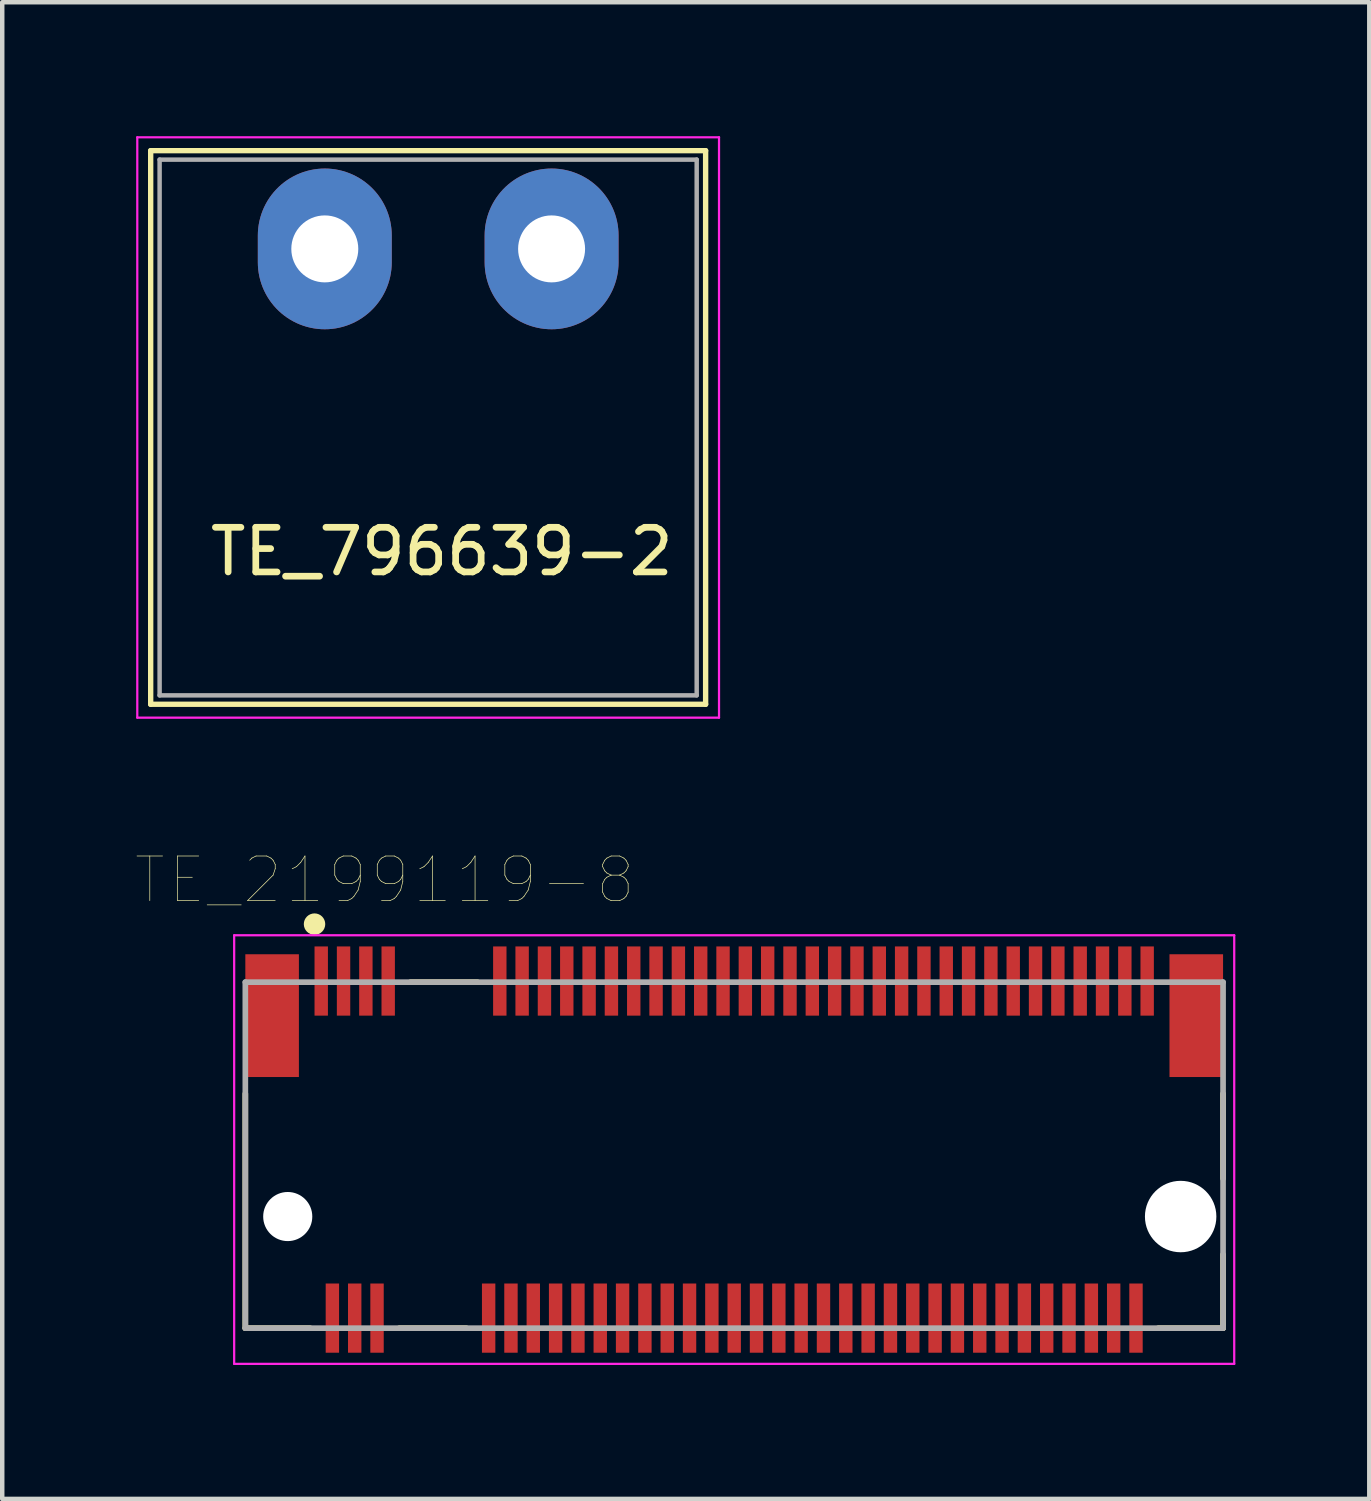
<source format=kicad_pcb>
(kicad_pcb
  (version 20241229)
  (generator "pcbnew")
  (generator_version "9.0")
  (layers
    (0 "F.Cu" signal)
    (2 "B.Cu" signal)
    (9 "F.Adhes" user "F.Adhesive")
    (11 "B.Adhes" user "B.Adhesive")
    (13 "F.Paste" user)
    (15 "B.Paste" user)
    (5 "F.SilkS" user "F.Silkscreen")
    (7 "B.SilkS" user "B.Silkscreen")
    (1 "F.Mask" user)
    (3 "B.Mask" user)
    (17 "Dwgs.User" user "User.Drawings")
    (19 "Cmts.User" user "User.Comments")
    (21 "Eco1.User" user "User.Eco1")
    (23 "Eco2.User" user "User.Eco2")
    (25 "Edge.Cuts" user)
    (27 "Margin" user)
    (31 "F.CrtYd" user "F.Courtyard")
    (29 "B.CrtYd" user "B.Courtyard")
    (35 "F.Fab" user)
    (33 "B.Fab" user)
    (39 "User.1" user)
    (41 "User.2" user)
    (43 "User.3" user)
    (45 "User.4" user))
  (footprint "TE_2199119-8"
    (layer "F.Cu")
    (at 13.395 24.199)
    (property "Reference" "TE_2199119-8" (at -7.828 -7.538 0) (layer "F.SilkS") (effects (font (size 1 1) (thickness 0.015))))
    (attr through_hole)
    (fp_line (start -10.95 2.5) (end -10.95 -2.75) (stroke (width 0.127) (type solid)) (layer "F.SilkS"))
    (fp_line (start -9.5 2.5) (end -10.95 2.5) (stroke (width 0.127) (type solid)) (layer "F.SilkS"))
    (fp_line (start -7.5 2.5) (end -6 2.5) (stroke (width 0.127) (type solid)) (layer "F.SilkS"))
    (fp_line (start -5.75 -5.25) (end -7.25 -5.25) (stroke (width 0.127) (type solid)) (layer "F.SilkS"))
    (fp_line (start 9.5 2.5) (end 10.95 2.5) (stroke (width 0.127) (type solid)) (layer "F.SilkS"))
    (fp_line (start 10.95 -0.85) (end 10.95 -2.75) (stroke (width 0.127) (type solid)) (layer "F.SilkS"))
    (fp_line (start 10.95 2.5) (end 10.95 0.85) (stroke (width 0.127) (type solid)) (layer "F.SilkS"))
    (fp_circle (center -9.4 -6.55) (end -9.28 -6.55) (stroke (width 0.24) (type solid)) (fill no) (layer "F.SilkS"))
    (fp_line (start -11.2 -6.3) (end 11.2 -6.3) (stroke (width 0.05) (type solid)) (layer "F.CrtYd"))
    (fp_line (start -11.2 3.3) (end -11.2 -6.3) (stroke (width 0.05) (type solid)) (layer "F.CrtYd"))
    (fp_line (start 11.2 -6.3) (end 11.2 3.3) (stroke (width 0.05) (type solid)) (layer "F.CrtYd"))
    (fp_line (start 11.2 3.3) (end -11.2 3.3) (stroke (width 0.05) (type solid)) (layer "F.CrtYd"))
    (fp_line (start -10.95 -5.25) (end 10.95 -5.25) (stroke (width 0.127) (type solid)) (layer "F.Fab"))
    (fp_line (start -10.95 2.5) (end -10.95 -5.25) (stroke (width 0.127) (type solid)) (layer "F.Fab"))
    (fp_line (start 10.95 -5.25) (end 10.95 2.5) (stroke (width 0.127) (type solid)) (layer "F.Fab"))
    (fp_line (start 10.95 2.5) (end -10.95 2.5) (stroke (width 0.127) (type solid)) (layer "F.Fab"))
    (pad "" np_thru_hole circle (at -10 0) (size 1.1 1.1) (drill 1.1) (layers "*.Cu" "*.Mask"))
    (pad "" np_thru_hole circle (at 10 0) (size 1.6 1.6) (drill 1.6) (layers "*.Cu" "*.Mask"))
    (pad "1" smd rect (at -9.25 -5.275) (size 0.3 1.55) (layers "F.Cu" "F.Mask" "F.Paste"))
    (pad "2" smd rect (at -9 2.275) (size 0.3 1.55) (layers "F.Cu" "F.Mask" "F.Paste"))
    (pad "3" smd rect (at -8.75 -5.275) (size 0.3 1.55) (layers "F.Cu" "F.Mask" "F.Paste"))
    (pad "4" smd rect (at -8.5 2.275) (size 0.3 1.55) (layers "F.Cu" "F.Mask" "F.Paste"))
    (pad "5" smd rect (at -8.25 -5.275) (size 0.3 1.55) (layers "F.Cu" "F.Mask" "F.Paste"))
    (pad "6" smd rect (at -8 2.275) (size 0.3 1.55) (layers "F.Cu" "F.Mask" "F.Paste"))
    (pad "7" smd rect (at -7.75 -5.275) (size 0.3 1.55) (layers "F.Cu" "F.Mask" "F.Paste"))
    (pad "16" smd rect (at -5.5 2.275) (size 0.3 1.55) (layers "F.Cu" "F.Mask" "F.Paste"))
    (pad "17" smd rect (at -5.25 -5.275) (size 0.3 1.55) (layers "F.Cu" "F.Mask" "F.Paste"))
    (pad "18" smd rect (at -5 2.275) (size 0.3 1.55) (layers "F.Cu" "F.Mask" "F.Paste"))
    (pad "19" smd rect (at -4.75 -5.275) (size 0.3 1.55) (layers "F.Cu" "F.Mask" "F.Paste"))
    (pad "20" smd rect (at -4.5 2.275) (size 0.3 1.55) (layers "F.Cu" "F.Mask" "F.Paste"))
    (pad "21" smd rect (at -4.25 -5.275) (size 0.3 1.55) (layers "F.Cu" "F.Mask" "F.Paste"))
    (pad "22" smd rect (at -4 2.275) (size 0.3 1.55) (layers "F.Cu" "F.Mask" "F.Paste"))
    (pad "23" smd rect (at -3.75 -5.275) (size 0.3 1.55) (layers "F.Cu" "F.Mask" "F.Paste"))
    (pad "24" smd rect (at -3.5 2.275) (size 0.3 1.55) (layers "F.Cu" "F.Mask" "F.Paste"))
    (pad "25" smd rect (at -3.25 -5.275) (size 0.3 1.55) (layers "F.Cu" "F.Mask" "F.Paste"))
    (pad "26" smd rect (at -3 2.275) (size 0.3 1.55) (layers "F.Cu" "F.Mask" "F.Paste"))
    (pad "27" smd rect (at -2.75 -5.275) (size 0.3 1.55) (layers "F.Cu" "F.Mask" "F.Paste"))
    (pad "28" smd rect (at -2.5 2.275) (size 0.3 1.55) (layers "F.Cu" "F.Mask" "F.Paste"))
    (pad "29" smd rect (at -2.25 -5.275) (size 0.3 1.55) (layers "F.Cu" "F.Mask" "F.Paste"))
    (pad "30" smd rect (at -2 2.275) (size 0.3 1.55) (layers "F.Cu" "F.Mask" "F.Paste"))
    (pad "31" smd rect (at -1.75 -5.275) (size 0.3 1.55) (layers "F.Cu" "F.Mask" "F.Paste"))
    (pad "32" smd rect (at -1.5 2.275) (size 0.3 1.55) (layers "F.Cu" "F.Mask" "F.Paste"))
    (pad "33" smd rect (at -1.25 -5.275) (size 0.3 1.55) (layers "F.Cu" "F.Mask" "F.Paste"))
    (pad "34" smd rect (at -1 2.275) (size 0.3 1.55) (layers "F.Cu" "F.Mask" "F.Paste"))
    (pad "35" smd rect (at -0.75 -5.275) (size 0.3 1.55) (layers "F.Cu" "F.Mask" "F.Paste"))
    (pad "36" smd rect (at -0.5 2.275) (size 0.3 1.55) (layers "F.Cu" "F.Mask" "F.Paste"))
    (pad "37" smd rect (at -0.25 -5.275) (size 0.3 1.55) (layers "F.Cu" "F.Mask" "F.Paste"))
    (pad "38" smd rect (at 0 2.275) (size 0.3 1.55) (layers "F.Cu" "F.Mask" "F.Paste"))
    (pad "39" smd rect (at 0.25 -5.275) (size 0.3 1.55) (layers "F.Cu" "F.Mask" "F.Paste"))
    (pad "40" smd rect (at 0.5 2.275) (size 0.3 1.55) (layers "F.Cu" "F.Mask" "F.Paste"))
    (pad "41" smd rect (at 0.75 -5.275) (size 0.3 1.55) (layers "F.Cu" "F.Mask" "F.Paste"))
    (pad "42" smd rect (at 1 2.275) (size 0.3 1.55) (layers "F.Cu" "F.Mask" "F.Paste"))
    (pad "43" smd rect (at 1.25 -5.275) (size 0.3 1.55) (layers "F.Cu" "F.Mask" "F.Paste"))
    (pad "44" smd rect (at 1.5 2.275) (size 0.3 1.55) (layers "F.Cu" "F.Mask" "F.Paste"))
    (pad "45" smd rect (at 1.75 -5.275) (size 0.3 1.55) (layers "F.Cu" "F.Mask" "F.Paste"))
    (pad "46" smd rect (at 2 2.275) (size 0.3 1.55) (layers "F.Cu" "F.Mask" "F.Paste"))
    (pad "47" smd rect (at 2.25 -5.275) (size 0.3 1.55) (layers "F.Cu" "F.Mask" "F.Paste"))
    (pad "48" smd rect (at 2.5 2.275) (size 0.3 1.55) (layers "F.Cu" "F.Mask" "F.Paste"))
    (pad "49" smd rect (at 2.75 -5.275) (size 0.3 1.55) (layers "F.Cu" "F.Mask" "F.Paste"))
    (pad "50" smd rect (at 3 2.275) (size 0.3 1.55) (layers "F.Cu" "F.Mask" "F.Paste"))
    (pad "51" smd rect (at 3.25 -5.275) (size 0.3 1.55) (layers "F.Cu" "F.Mask" "F.Paste"))
    (pad "52" smd rect (at 3.5 2.275) (size 0.3 1.55) (layers "F.Cu" "F.Mask" "F.Paste"))
    (pad "53" smd rect (at 3.75 -5.275) (size 0.3 1.55) (layers "F.Cu" "F.Mask" "F.Paste"))
    (pad "54" smd rect (at 4 2.275) (size 0.3 1.55) (layers "F.Cu" "F.Mask" "F.Paste"))
    (pad "55" smd rect (at 4.25 -5.275) (size 0.3 1.55) (layers "F.Cu" "F.Mask" "F.Paste"))
    (pad "56" smd rect (at 4.5 2.275) (size 0.3 1.55) (layers "F.Cu" "F.Mask" "F.Paste"))
    (pad "57" smd rect (at 4.75 -5.275) (size 0.3 1.55) (layers "F.Cu" "F.Mask" "F.Paste"))
    (pad "58" smd rect (at 5 2.275) (size 0.3 1.55) (layers "F.Cu" "F.Mask" "F.Paste"))
    (pad "59" smd rect (at 5.25 -5.275) (size 0.3 1.55) (layers "F.Cu" "F.Mask" "F.Paste"))
    (pad "60" smd rect (at 5.5 2.275) (size 0.3 1.55) (layers "F.Cu" "F.Mask" "F.Paste"))
    (pad "61" smd rect (at 5.75 -5.275) (size 0.3 1.55) (layers "F.Cu" "F.Mask" "F.Paste"))
    (pad "62" smd rect (at 6 2.275) (size 0.3 1.55) (layers "F.Cu" "F.Mask" "F.Paste"))
    (pad "63" smd rect (at 6.25 -5.275) (size 0.3 1.55) (layers "F.Cu" "F.Mask" "F.Paste"))
    (pad "64" smd rect (at 6.5 2.275) (size 0.3 1.55) (layers "F.Cu" "F.Mask" "F.Paste"))
    (pad "65" smd rect (at 6.75 -5.275) (size 0.3 1.55) (layers "F.Cu" "F.Mask" "F.Paste"))
    (pad "66" smd rect (at 7 2.275) (size 0.3 1.55) (layers "F.Cu" "F.Mask" "F.Paste"))
    (pad "67" smd rect (at 7.25 -5.275) (size 0.3 1.55) (layers "F.Cu" "F.Mask" "F.Paste"))
    (pad "68" smd rect (at 7.5 2.275) (size 0.3 1.55) (layers "F.Cu" "F.Mask" "F.Paste"))
    (pad "69" smd rect (at 7.75 -5.275) (size 0.3 1.55) (layers "F.Cu" "F.Mask" "F.Paste"))
    (pad "70" smd rect (at 8 2.275) (size 0.3 1.55) (layers "F.Cu" "F.Mask" "F.Paste"))
    (pad "71" smd rect (at 8.25 -5.275) (size 0.3 1.55) (layers "F.Cu" "F.Mask" "F.Paste"))
    (pad "72" smd rect (at 8.5 2.275) (size 0.3 1.55) (layers "F.Cu" "F.Mask" "F.Paste"))
    (pad "73" smd rect (at 8.75 -5.275) (size 0.3 1.55) (layers "F.Cu" "F.Mask" "F.Paste"))
    (pad "74" smd rect (at 9 2.275) (size 0.3 1.55) (layers "F.Cu" "F.Mask" "F.Paste"))
    (pad "75" smd rect (at 9.25 -5.275) (size 0.3 1.55) (layers "F.Cu" "F.Mask" "F.Paste"))
    (pad "SH1" smd rect (at -10.35 -4.5) (size 1.2 2.75) (layers "F.Cu" "F.Mask" "F.Paste"))
    (pad "SH2" smd rect (at 10.35 -4.5) (size 1.2 2.75) (layers "F.Cu" "F.Mask" "F.Paste")))
  (footprint "TE_796639-2"
    (layer "F.Cu")
    (at 6.765 6.335)
    (property "Reference" "TE_796639-2" (at 0.081 2.971 0) (layer "F.SilkS") (effects (font (size 1 1) (thickness 0.15))))
    (attr through_hole)
    (fp_line (start -6.44 -6.01) (end 5.99 -6.01) (stroke (width 0.12) (type solid)) (layer "F.SilkS"))
    (fp_line (start -6.44 6.39) (end -6.44 -6.01) (stroke (width 0.12) (type solid)) (layer "F.SilkS"))
    (fp_line (start 5.99 -6.01) (end 5.99 6.39) (stroke (width 0.12) (type solid)) (layer "F.SilkS"))
    (fp_line (start 5.99 6.39) (end -6.44 6.39) (stroke (width 0.12) (type solid)) (layer "F.SilkS"))
    (fp_line (start -6.74 -6.31) (end 6.29 -6.31) (stroke (width 0.05) (type solid)) (layer "F.CrtYd"))
    (fp_line (start -6.74 6.69) (end -6.74 -6.31) (stroke (width 0.05) (type solid)) (layer "F.CrtYd"))
    (fp_line (start 6.29 -6.31) (end 6.29 6.69) (stroke (width 0.05) (type solid)) (layer "F.CrtYd"))
    (fp_line (start 6.29 6.69) (end -6.74 6.69) (stroke (width 0.05) (type solid)) (layer "F.CrtYd"))
    (fp_line (start -6.24 -5.81) (end 5.79 -5.81) (stroke (width 0.1) (type solid)) (layer "F.Fab"))
    (fp_line (start -6.24 6.19) (end -6.24 -5.81) (stroke (width 0.1) (type solid)) (layer "F.Fab"))
    (fp_line (start -6.24 6.19) (end 5.79 6.19) (stroke (width 0.1) (type solid)) (layer "F.Fab"))
    (fp_line (start 5.79 6.19) (end 5.79 -5.81) (stroke (width 0.1) (type solid)) (layer "F.Fab"))
    (pad "1" thru_hole oval (at -2.54 -3.81) (size 3 3.6) (drill 1.5) (layers "*.Cu" "*.Mask"))
    (pad "2" thru_hole oval (at 2.54 -3.81) (size 3 3.6) (drill 1.5) (layers "*.Cu" "*.Mask")))
  (gr_rect
    (start -3 -3)
    (end 27.62 30.524)
    (stroke (width 0.1) (type default))
    (fill no)
    (layer "Edge.Cuts")))
</source>
